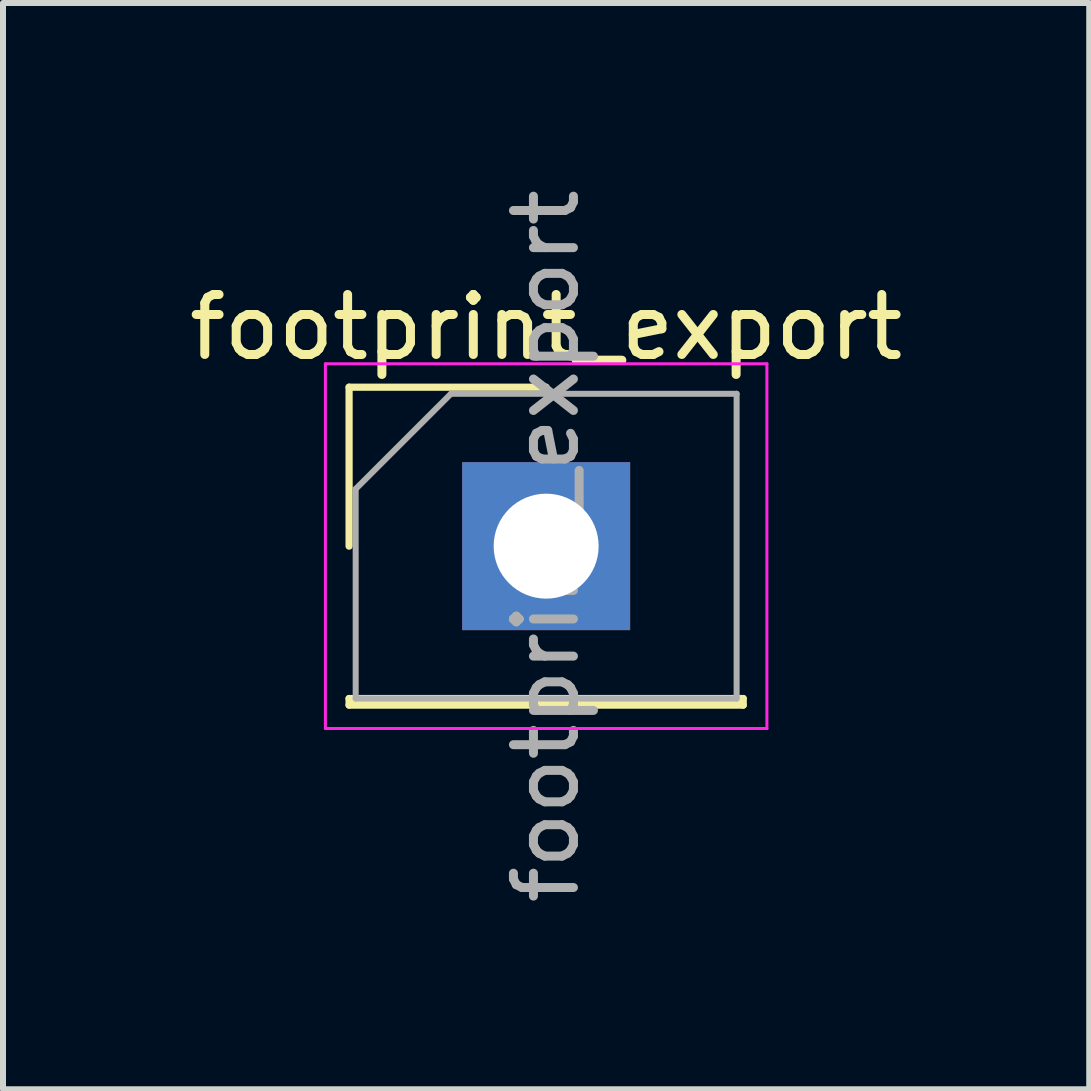
<source format=kicad_pcb>
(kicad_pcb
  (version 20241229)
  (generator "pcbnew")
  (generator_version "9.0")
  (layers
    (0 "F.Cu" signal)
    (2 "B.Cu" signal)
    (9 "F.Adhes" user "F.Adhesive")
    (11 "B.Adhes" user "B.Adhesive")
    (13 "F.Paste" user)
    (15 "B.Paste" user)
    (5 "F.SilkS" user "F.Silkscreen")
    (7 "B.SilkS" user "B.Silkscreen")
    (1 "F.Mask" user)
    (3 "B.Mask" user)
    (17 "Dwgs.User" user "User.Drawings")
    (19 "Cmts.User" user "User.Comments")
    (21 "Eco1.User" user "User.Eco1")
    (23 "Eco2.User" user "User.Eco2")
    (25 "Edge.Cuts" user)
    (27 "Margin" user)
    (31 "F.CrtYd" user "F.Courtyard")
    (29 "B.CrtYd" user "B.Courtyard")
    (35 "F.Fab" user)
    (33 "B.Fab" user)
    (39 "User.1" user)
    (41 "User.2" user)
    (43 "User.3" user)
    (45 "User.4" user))
  (footprint "footprint_export"
    (layer "F.Cu")
    (at 6.054 6.054)
    (property "Reference" "footprint_export" (at 0 -3.65 0) (layer "F.SilkS") (effects (font (size 1 1) (thickness 0.15))))
    (attr through_hole)
    (fp_line (start -3.285 -2.65) (end 0 -2.65) (stroke (width 0.12) (type solid)) (layer "F.SilkS"))
    (fp_line (start -3.285 0) (end -3.285 -2.65) (stroke (width 0.12) (type solid)) (layer "F.SilkS"))
    (fp_line (start -3.285 2.54) (end -3.285 2.65) (stroke (width 0.12) (type solid)) (layer "F.SilkS"))
    (fp_line (start -3.285 2.54) (end 3.285 2.54) (stroke (width 0.12) (type solid)) (layer "F.SilkS"))
    (fp_line (start -3.285 2.65) (end 3.285 2.65) (stroke (width 0.12) (type solid)) (layer "F.SilkS"))
    (fp_line (start 3.285 2.54) (end 3.285 2.65) (stroke (width 0.12) (type solid)) (layer "F.SilkS"))
    (fp_line (start -3.68 -3.04) (end -3.68 3.04) (stroke (width 0.05) (type solid)) (layer "F.CrtYd"))
    (fp_line (start -3.68 3.04) (end 3.68 3.04) (stroke (width 0.05) (type solid)) (layer "F.CrtYd"))
    (fp_line (start 3.68 -3.04) (end -3.68 -3.04) (stroke (width 0.05) (type solid)) (layer "F.CrtYd"))
    (fp_line (start 3.68 3.04) (end 3.68 -3.04) (stroke (width 0.05) (type solid)) (layer "F.CrtYd"))
    (fp_line (start -3.175 -0.953) (end -1.587 -2.54) (stroke (width 0.1) (type solid)) (layer "F.Fab"))
    (fp_line (start -3.175 2.54) (end -3.175 -0.953) (stroke (width 0.1) (type solid)) (layer "F.Fab"))
    (fp_line (start -1.587 -2.54) (end 3.175 -2.54) (stroke (width 0.1) (type solid)) (layer "F.Fab"))
    (fp_line (start 3.175 -2.54) (end 3.175 2.54) (stroke (width 0.1) (type solid)) (layer "F.Fab"))
    (fp_line (start 3.175 2.54) (end -3.175 2.54) (stroke (width 0.1) (type solid)) (layer "F.Fab"))
    (fp_text user "${REFERENCE}" (at 0 0 90) (layer "F.Fab") (effects (font (size 1 1) (thickness 0.15))))
    (pad "1" thru_hole rect (at 0 0) (size 2.8 2.8) (drill 1.75) (layers "*.Cu" "*.Mask")))
  (gr_rect
    (start -3 -3)
    (end 15.107 15.107)
    (stroke (width 0.1) (type default))
    (fill no)
    (layer "Edge.Cuts")))
</source>
